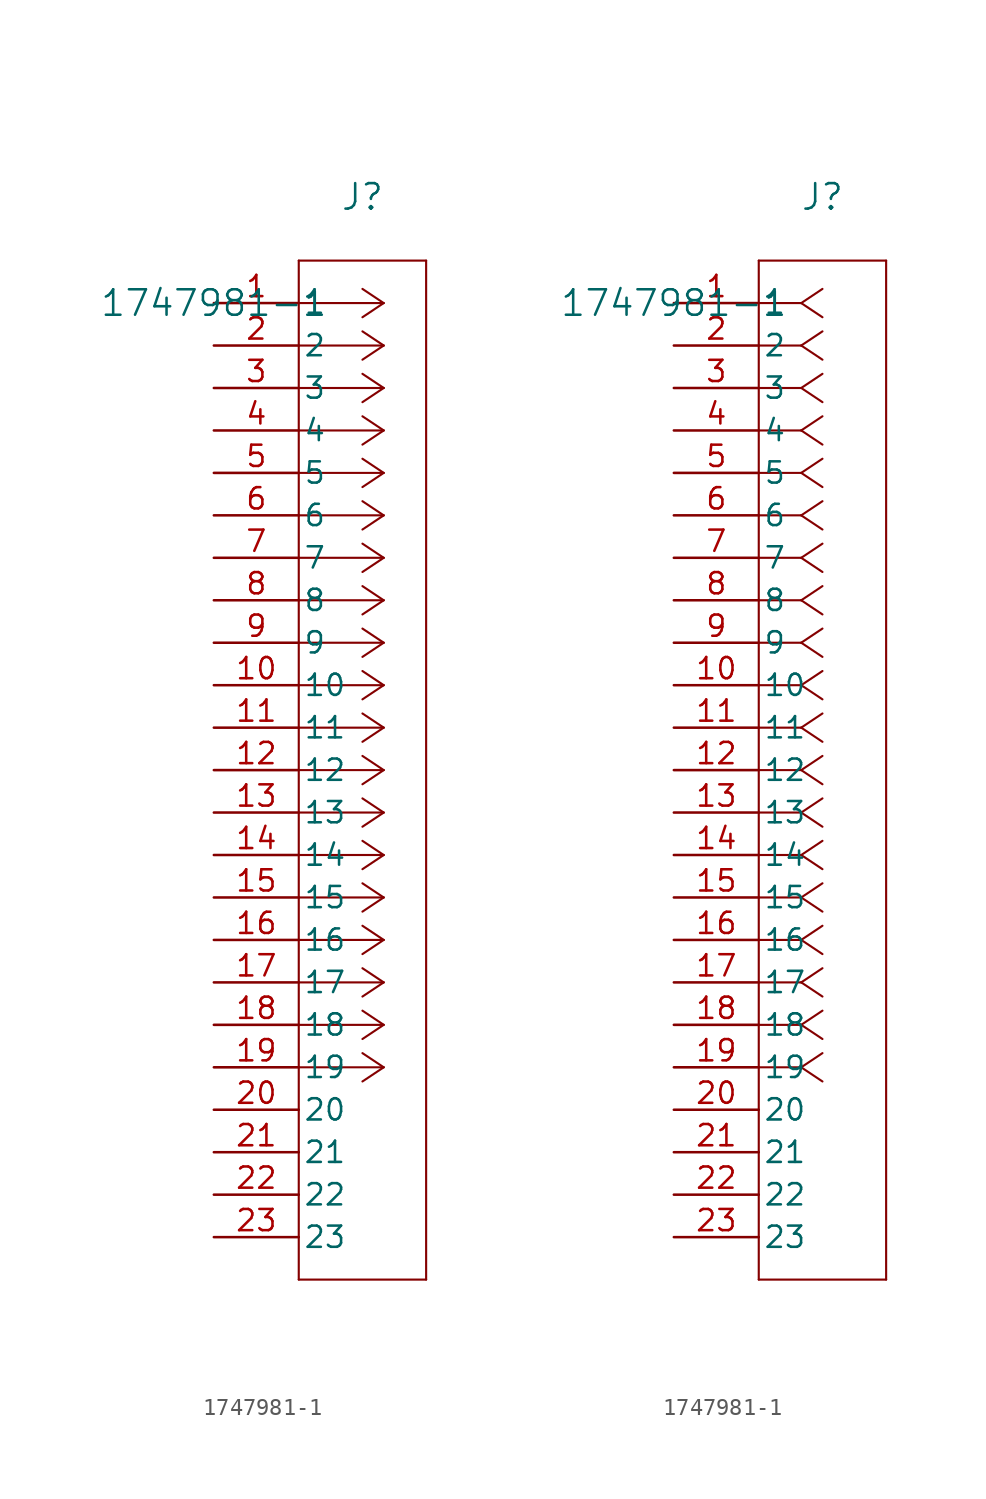
<source format=kicad_sym>
(kicad_symbol_lib
  (version 20211014)
  (generator kicad_symbol_editor)
  (symbol "1747981-1"
    (pin_names
      (offset 0.254))
    (property "Reference" "J"
      (at 8.89 6.35 0)
      (effects (font (size 1.524 1.524))))
    (property "Value" "1747981-1"
      (at 0 0 0)
      (effects (font (size 1.524 1.524))))
    (symbol "1747981-1_1_1"
      (polyline (pts (xy 10.16 0) (xy 5.08 0)) (stroke (width 0.127) (type default) (color 0 0 0 0)) (fill (type none)))
      (polyline (pts (xy 10.16 -2.54) (xy 5.08 -2.54)) (stroke (width 0.127) (type default) (color 0 0 0 0)) (fill (type none)))
      (polyline (pts (xy 10.16 -5.08) (xy 5.08 -5.08)) (stroke (width 0.127) (type default) (color 0 0 0 0)) (fill (type none)))
      (polyline (pts (xy 10.16 -7.62) (xy 5.08 -7.62)) (stroke (width 0.127) (type default) (color 0 0 0 0)) (fill (type none)))
      (polyline (pts (xy 10.16 -10.16) (xy 5.08 -10.16)) (stroke (width 0.127) (type default) (color 0 0 0 0)) (fill (type none)))
      (polyline (pts (xy 10.16 -12.7) (xy 5.08 -12.7)) (stroke (width 0.127) (type default) (color 0 0 0 0)) (fill (type none)))
      (polyline (pts (xy 10.16 -15.24) (xy 5.08 -15.24)) (stroke (width 0.127) (type default) (color 0 0 0 0)) (fill (type none)))
      (polyline (pts (xy 10.16 -17.78) (xy 5.08 -17.78)) (stroke (width 0.127) (type default) (color 0 0 0 0)) (fill (type none)))
      (polyline (pts (xy 10.16 -20.32) (xy 5.08 -20.32)) (stroke (width 0.127) (type default) (color 0 0 0 0)) (fill (type none)))
      (polyline (pts (xy 10.16 -22.86) (xy 5.08 -22.86)) (stroke (width 0.127) (type default) (color 0 0 0 0)) (fill (type none)))
      (polyline (pts (xy 10.16 -25.4) (xy 5.08 -25.4)) (stroke (width 0.127) (type default) (color 0 0 0 0)) (fill (type none)))
      (polyline (pts (xy 10.16 -27.94) (xy 5.08 -27.94)) (stroke (width 0.127) (type default) (color 0 0 0 0)) (fill (type none)))
      (polyline (pts (xy 10.16 -30.48) (xy 5.08 -30.48)) (stroke (width 0.127) (type default) (color 0 0 0 0)) (fill (type none)))
      (polyline (pts (xy 10.16 -33.02) (xy 5.08 -33.02)) (stroke (width 0.127) (type default) (color 0 0 0 0)) (fill (type none)))
      (polyline (pts (xy 10.16 -35.56) (xy 5.08 -35.56)) (stroke (width 0.127) (type default) (color 0 0 0 0)) (fill (type none)))
      (polyline (pts (xy 10.16 -38.1) (xy 5.08 -38.1)) (stroke (width 0.127) (type default) (color 0 0 0 0)) (fill (type none)))
      (polyline (pts (xy 10.16 -40.64) (xy 5.08 -40.64)) (stroke (width 0.127) (type default) (color 0 0 0 0)) (fill (type none)))
      (polyline (pts (xy 10.16 -43.18) (xy 5.08 -43.18)) (stroke (width 0.127) (type default) (color 0 0 0 0)) (fill (type none)))
      (polyline (pts (xy 10.16 -45.72) (xy 5.08 -45.72)) (stroke (width 0.127) (type default) (color 0 0 0 0)) (fill (type none)))
      (polyline (pts (xy 10.16 0) (xy 8.89 0.847)) (stroke (width 0.127) (type default) (color 0 0 0 0)) (fill (type none)))
      (polyline (pts (xy 10.16 -2.54) (xy 8.89 -1.693)) (stroke (width 0.127) (type default) (color 0 0 0 0)) (fill (type none)))
      (polyline (pts (xy 10.16 -5.08) (xy 8.89 -4.233)) (stroke (width 0.127) (type default) (color 0 0 0 0)) (fill (type none)))
      (polyline (pts (xy 10.16 -7.62) (xy 8.89 -6.773)) (stroke (width 0.127) (type default) (color 0 0 0 0)) (fill (type none)))
      (polyline (pts (xy 10.16 -10.16) (xy 8.89 -9.313)) (stroke (width 0.127) (type default) (color 0 0 0 0)) (fill (type none)))
      (polyline (pts (xy 10.16 -12.7) (xy 8.89 -11.853)) (stroke (width 0.127) (type default) (color 0 0 0 0)) (fill (type none)))
      (polyline (pts (xy 10.16 -15.24) (xy 8.89 -14.393)) (stroke (width 0.127) (type default) (color 0 0 0 0)) (fill (type none)))
      (polyline (pts (xy 10.16 -17.78) (xy 8.89 -16.933)) (stroke (width 0.127) (type default) (color 0 0 0 0)) (fill (type none)))
      (polyline (pts (xy 10.16 -20.32) (xy 8.89 -19.473)) (stroke (width 0.127) (type default) (color 0 0 0 0)) (fill (type none)))
      (polyline (pts (xy 10.16 -22.86) (xy 8.89 -22.013)) (stroke (width 0.127) (type default) (color 0 0 0 0)) (fill (type none)))
      (polyline (pts (xy 10.16 -25.4) (xy 8.89 -24.553)) (stroke (width 0.127) (type default) (color 0 0 0 0)) (fill (type none)))
      (polyline (pts (xy 10.16 -27.94) (xy 8.89 -27.093)) (stroke (width 0.127) (type default) (color 0 0 0 0)) (fill (type none)))
      (polyline (pts (xy 10.16 -30.48) (xy 8.89 -29.633)) (stroke (width 0.127) (type default) (color 0 0 0 0)) (fill (type none)))
      (polyline (pts (xy 10.16 -33.02) (xy 8.89 -32.173)) (stroke (width 0.127) (type default) (color 0 0 0 0)) (fill (type none)))
      (polyline (pts (xy 10.16 -35.56) (xy 8.89 -34.713)) (stroke (width 0.127) (type default) (color 0 0 0 0)) (fill (type none)))
      (polyline (pts (xy 10.16 -38.1) (xy 8.89 -37.253)) (stroke (width 0.127) (type default) (color 0 0 0 0)) (fill (type none)))
      (polyline (pts (xy 10.16 -40.64) (xy 8.89 -39.793)) (stroke (width 0.127) (type default) (color 0 0 0 0)) (fill (type none)))
      (polyline (pts (xy 10.16 -43.18) (xy 8.89 -42.333)) (stroke (width 0.127) (type default) (color 0 0 0 0)) (fill (type none)))
      (polyline (pts (xy 10.16 -45.72) (xy 8.89 -44.873)) (stroke (width 0.127) (type default) (color 0 0 0 0)) (fill (type none)))
      (polyline (pts (xy 10.16 0) (xy 8.89 -0.847)) (stroke (width 0.127) (type default) (color 0 0 0 0)) (fill (type none)))
      (polyline (pts (xy 10.16 -2.54) (xy 8.89 -3.387)) (stroke (width 0.127) (type default) (color 0 0 0 0)) (fill (type none)))
      (polyline (pts (xy 10.16 -5.08) (xy 8.89 -5.927)) (stroke (width 0.127) (type default) (color 0 0 0 0)) (fill (type none)))
      (polyline (pts (xy 10.16 -7.62) (xy 8.89 -8.467)) (stroke (width 0.127) (type default) (color 0 0 0 0)) (fill (type none)))
      (polyline (pts (xy 10.16 -10.16) (xy 8.89 -11.007)) (stroke (width 0.127) (type default) (color 0 0 0 0)) (fill (type none)))
      (polyline (pts (xy 10.16 -12.7) (xy 8.89 -13.547)) (stroke (width 0.127) (type default) (color 0 0 0 0)) (fill (type none)))
      (polyline (pts (xy 10.16 -15.24) (xy 8.89 -16.087)) (stroke (width 0.127) (type default) (color 0 0 0 0)) (fill (type none)))
      (polyline (pts (xy 10.16 -17.78) (xy 8.89 -18.627)) (stroke (width 0.127) (type default) (color 0 0 0 0)) (fill (type none)))
      (polyline (pts (xy 10.16 -20.32) (xy 8.89 -21.167)) (stroke (width 0.127) (type default) (color 0 0 0 0)) (fill (type none)))
      (polyline (pts (xy 10.16 -22.86) (xy 8.89 -23.707)) (stroke (width 0.127) (type default) (color 0 0 0 0)) (fill (type none)))
      (polyline (pts (xy 10.16 -25.4) (xy 8.89 -26.247)) (stroke (width 0.127) (type default) (color 0 0 0 0)) (fill (type none)))
      (polyline (pts (xy 10.16 -27.94) (xy 8.89 -28.787)) (stroke (width 0.127) (type default) (color 0 0 0 0)) (fill (type none)))
      (polyline (pts (xy 10.16 -30.48) (xy 8.89 -31.327)) (stroke (width 0.127) (type default) (color 0 0 0 0)) (fill (type none)))
      (polyline (pts (xy 10.16 -33.02) (xy 8.89 -33.867)) (stroke (width 0.127) (type default) (color 0 0 0 0)) (fill (type none)))
      (polyline (pts (xy 10.16 -35.56) (xy 8.89 -36.407)) (stroke (width 0.127) (type default) (color 0 0 0 0)) (fill (type none)))
      (polyline (pts (xy 10.16 -38.1) (xy 8.89 -38.947)) (stroke (width 0.127) (type default) (color 0 0 0 0)) (fill (type none)))
      (polyline (pts (xy 10.16 -40.64) (xy 8.89 -41.487)) (stroke (width 0.127) (type default) (color 0 0 0 0)) (fill (type none)))
      (polyline (pts (xy 10.16 -43.18) (xy 8.89 -44.027)) (stroke (width 0.127) (type default) (color 0 0 0 0)) (fill (type none)))
      (polyline (pts (xy 10.16 -45.72) (xy 8.89 -46.567)) (stroke (width 0.127) (type default) (color 0 0 0 0)) (fill (type none)))
      (polyline (pts (xy 5.08 2.54) (xy 5.08 -58.42)) (stroke (width 0.127) (type default) (color 0 0 0 0)) (fill (type none)))
      (polyline (pts (xy 5.08 -58.42) (xy 12.7 -58.42)) (stroke (width 0.127) (type default) (color 0 0 0 0)) (fill (type none)))
      (polyline (pts (xy 12.7 -58.42) (xy 12.7 2.54)) (stroke (width 0.127) (type default) (color 0 0 0 0)) (fill (type none)))
      (polyline (pts (xy 12.7 2.54) (xy 5.08 2.54)) (stroke (width 0.127) (type default) (color 0 0 0 0)) (fill (type none)))
      (pin unspecified line (at 0 0 0) (length 5.08) (name "1" (effects (font (size 1.27 1.27)))) (number "1" (effects (font (size 1.27 1.27)))))
      (pin unspecified line (at 0 -2.54 0) (length 5.08) (name "2" (effects (font (size 1.27 1.27)))) (number "2" (effects (font (size 1.27 1.27)))))
      (pin unspecified line (at 0 -5.08 0) (length 5.08) (name "3" (effects (font (size 1.27 1.27)))) (number "3" (effects (font (size 1.27 1.27)))))
      (pin unspecified line (at 0 -7.62 0) (length 5.08) (name "4" (effects (font (size 1.27 1.27)))) (number "4" (effects (font (size 1.27 1.27)))))
      (pin unspecified line (at 0 -10.16 0) (length 5.08) (name "5" (effects (font (size 1.27 1.27)))) (number "5" (effects (font (size 1.27 1.27)))))
      (pin unspecified line (at 0 -12.7 0) (length 5.08) (name "6" (effects (font (size 1.27 1.27)))) (number "6" (effects (font (size 1.27 1.27)))))
      (pin unspecified line (at 0 -15.24 0) (length 5.08) (name "7" (effects (font (size 1.27 1.27)))) (number "7" (effects (font (size 1.27 1.27)))))
      (pin unspecified line (at 0 -17.78 0) (length 5.08) (name "8" (effects (font (size 1.27 1.27)))) (number "8" (effects (font (size 1.27 1.27)))))
      (pin unspecified line (at 0 -20.32 0) (length 5.08) (name "9" (effects (font (size 1.27 1.27)))) (number "9" (effects (font (size 1.27 1.27)))))
      (pin unspecified line (at 0 -22.86 0) (length 5.08) (name "10" (effects (font (size 1.27 1.27)))) (number "10" (effects (font (size 1.27 1.27)))))
      (pin unspecified line (at 0 -25.4 0) (length 5.08) (name "11" (effects (font (size 1.27 1.27)))) (number "11" (effects (font (size 1.27 1.27)))))
      (pin unspecified line (at 0 -27.94 0) (length 5.08) (name "12" (effects (font (size 1.27 1.27)))) (number "12" (effects (font (size 1.27 1.27)))))
      (pin unspecified line (at 0 -30.48 0) (length 5.08) (name "13" (effects (font (size 1.27 1.27)))) (number "13" (effects (font (size 1.27 1.27)))))
      (pin unspecified line (at 0 -33.02 0) (length 5.08) (name "14" (effects (font (size 1.27 1.27)))) (number "14" (effects (font (size 1.27 1.27)))))
      (pin unspecified line (at 0 -35.56 0) (length 5.08) (name "15" (effects (font (size 1.27 1.27)))) (number "15" (effects (font (size 1.27 1.27)))))
      (pin unspecified line (at 0 -38.1 0) (length 5.08) (name "16" (effects (font (size 1.27 1.27)))) (number "16" (effects (font (size 1.27 1.27)))))
      (pin unspecified line (at 0 -40.64 0) (length 5.08) (name "17" (effects (font (size 1.27 1.27)))) (number "17" (effects (font (size 1.27 1.27)))))
      (pin unspecified line (at 0 -43.18 0) (length 5.08) (name "18" (effects (font (size 1.27 1.27)))) (number "18" (effects (font (size 1.27 1.27)))))
      (pin unspecified line (at 0 -45.72 0) (length 5.08) (name "19" (effects (font (size 1.27 1.27)))) (number "19" (effects (font (size 1.27 1.27)))))
      (pin unspecified line (at 0 -48.26 0) (length 5.08) (name "20" (effects (font (size 1.27 1.27)))) (number "20" (effects (font (size 1.27 1.27)))))
      (pin unspecified line (at 0 -50.8 0) (length 5.08) (name "21" (effects (font (size 1.27 1.27)))) (number "21" (effects (font (size 1.27 1.27)))))
      (pin unspecified line (at 0 -53.34 0) (length 5.08) (name "22" (effects (font (size 1.27 1.27)))) (number "22" (effects (font (size 1.27 1.27)))))
      (pin unspecified line (at 0 -55.88 0) (length 5.08) (name "23" (effects (font (size 1.27 1.27)))) (number "23" (effects (font (size 1.27 1.27))))))
    (symbol "1747981-1_1_2"
      (polyline (pts (xy 7.62 0) (xy 5.08 0)) (stroke (width 0.127) (type default) (color 0 0 0 0)) (fill (type none)))
      (polyline (pts (xy 7.62 -2.54) (xy 5.08 -2.54)) (stroke (width 0.127) (type default) (color 0 0 0 0)) (fill (type none)))
      (polyline (pts (xy 7.62 -5.08) (xy 5.08 -5.08)) (stroke (width 0.127) (type default) (color 0 0 0 0)) (fill (type none)))
      (polyline (pts (xy 7.62 -7.62) (xy 5.08 -7.62)) (stroke (width 0.127) (type default) (color 0 0 0 0)) (fill (type none)))
      (polyline (pts (xy 7.62 -10.16) (xy 5.08 -10.16)) (stroke (width 0.127) (type default) (color 0 0 0 0)) (fill (type none)))
      (polyline (pts (xy 7.62 -12.7) (xy 5.08 -12.7)) (stroke (width 0.127) (type default) (color 0 0 0 0)) (fill (type none)))
      (polyline (pts (xy 7.62 -15.24) (xy 5.08 -15.24)) (stroke (width 0.127) (type default) (color 0 0 0 0)) (fill (type none)))
      (polyline (pts (xy 7.62 -17.78) (xy 5.08 -17.78)) (stroke (width 0.127) (type default) (color 0 0 0 0)) (fill (type none)))
      (polyline (pts (xy 7.62 -20.32) (xy 5.08 -20.32)) (stroke (width 0.127) (type default) (color 0 0 0 0)) (fill (type none)))
      (polyline (pts (xy 7.62 -22.86) (xy 5.08 -22.86)) (stroke (width 0.127) (type default) (color 0 0 0 0)) (fill (type none)))
      (polyline (pts (xy 7.62 -25.4) (xy 5.08 -25.4)) (stroke (width 0.127) (type default) (color 0 0 0 0)) (fill (type none)))
      (polyline (pts (xy 7.62 -27.94) (xy 5.08 -27.94)) (stroke (width 0.127) (type default) (color 0 0 0 0)) (fill (type none)))
      (polyline (pts (xy 7.62 -30.48) (xy 5.08 -30.48)) (stroke (width 0.127) (type default) (color 0 0 0 0)) (fill (type none)))
      (polyline (pts (xy 7.62 -33.02) (xy 5.08 -33.02)) (stroke (width 0.127) (type default) (color 0 0 0 0)) (fill (type none)))
      (polyline (pts (xy 7.62 -35.56) (xy 5.08 -35.56)) (stroke (width 0.127) (type default) (color 0 0 0 0)) (fill (type none)))
      (polyline (pts (xy 7.62 -38.1) (xy 5.08 -38.1)) (stroke (width 0.127) (type default) (color 0 0 0 0)) (fill (type none)))
      (polyline (pts (xy 7.62 -40.64) (xy 5.08 -40.64)) (stroke (width 0.127) (type default) (color 0 0 0 0)) (fill (type none)))
      (polyline (pts (xy 7.62 -43.18) (xy 5.08 -43.18)) (stroke (width 0.127) (type default) (color 0 0 0 0)) (fill (type none)))
      (polyline (pts (xy 7.62 -45.72) (xy 5.08 -45.72)) (stroke (width 0.127) (type default) (color 0 0 0 0)) (fill (type none)))
      (polyline (pts (xy 7.62 0) (xy 8.89 0.847)) (stroke (width 0.127) (type default) (color 0 0 0 0)) (fill (type none)))
      (polyline (pts (xy 7.62 -2.54) (xy 8.89 -1.693)) (stroke (width 0.127) (type default) (color 0 0 0 0)) (fill (type none)))
      (polyline (pts (xy 7.62 -5.08) (xy 8.89 -4.233)) (stroke (width 0.127) (type default) (color 0 0 0 0)) (fill (type none)))
      (polyline (pts (xy 7.62 -7.62) (xy 8.89 -6.773)) (stroke (width 0.127) (type default) (color 0 0 0 0)) (fill (type none)))
      (polyline (pts (xy 7.62 -10.16) (xy 8.89 -9.313)) (stroke (width 0.127) (type default) (color 0 0 0 0)) (fill (type none)))
      (polyline (pts (xy 7.62 -12.7) (xy 8.89 -11.853)) (stroke (width 0.127) (type default) (color 0 0 0 0)) (fill (type none)))
      (polyline (pts (xy 7.62 -15.24) (xy 8.89 -14.393)) (stroke (width 0.127) (type default) (color 0 0 0 0)) (fill (type none)))
      (polyline (pts (xy 7.62 -17.78) (xy 8.89 -16.933)) (stroke (width 0.127) (type default) (color 0 0 0 0)) (fill (type none)))
      (polyline (pts (xy 7.62 -20.32) (xy 8.89 -19.473)) (stroke (width 0.127) (type default) (color 0 0 0 0)) (fill (type none)))
      (polyline (pts (xy 7.62 -22.86) (xy 8.89 -22.013)) (stroke (width 0.127) (type default) (color 0 0 0 0)) (fill (type none)))
      (polyline (pts (xy 7.62 -25.4) (xy 8.89 -24.553)) (stroke (width 0.127) (type default) (color 0 0 0 0)) (fill (type none)))
      (polyline (pts (xy 7.62 -27.94) (xy 8.89 -27.093)) (stroke (width 0.127) (type default) (color 0 0 0 0)) (fill (type none)))
      (polyline (pts (xy 7.62 -30.48) (xy 8.89 -29.633)) (stroke (width 0.127) (type default) (color 0 0 0 0)) (fill (type none)))
      (polyline (pts (xy 7.62 -33.02) (xy 8.89 -32.173)) (stroke (width 0.127) (type default) (color 0 0 0 0)) (fill (type none)))
      (polyline (pts (xy 7.62 -35.56) (xy 8.89 -34.713)) (stroke (width 0.127) (type default) (color 0 0 0 0)) (fill (type none)))
      (polyline (pts (xy 7.62 -38.1) (xy 8.89 -37.253)) (stroke (width 0.127) (type default) (color 0 0 0 0)) (fill (type none)))
      (polyline (pts (xy 7.62 -40.64) (xy 8.89 -39.793)) (stroke (width 0.127) (type default) (color 0 0 0 0)) (fill (type none)))
      (polyline (pts (xy 7.62 -43.18) (xy 8.89 -42.333)) (stroke (width 0.127) (type default) (color 0 0 0 0)) (fill (type none)))
      (polyline (pts (xy 7.62 -45.72) (xy 8.89 -44.873)) (stroke (width 0.127) (type default) (color 0 0 0 0)) (fill (type none)))
      (polyline (pts (xy 7.62 0) (xy 8.89 -0.847)) (stroke (width 0.127) (type default) (color 0 0 0 0)) (fill (type none)))
      (polyline (pts (xy 7.62 -2.54) (xy 8.89 -3.387)) (stroke (width 0.127) (type default) (color 0 0 0 0)) (fill (type none)))
      (polyline (pts (xy 7.62 -5.08) (xy 8.89 -5.927)) (stroke (width 0.127) (type default) (color 0 0 0 0)) (fill (type none)))
      (polyline (pts (xy 7.62 -7.62) (xy 8.89 -8.467)) (stroke (width 0.127) (type default) (color 0 0 0 0)) (fill (type none)))
      (polyline (pts (xy 7.62 -10.16) (xy 8.89 -11.007)) (stroke (width 0.127) (type default) (color 0 0 0 0)) (fill (type none)))
      (polyline (pts (xy 7.62 -12.7) (xy 8.89 -13.547)) (stroke (width 0.127) (type default) (color 0 0 0 0)) (fill (type none)))
      (polyline (pts (xy 7.62 -15.24) (xy 8.89 -16.087)) (stroke (width 0.127) (type default) (color 0 0 0 0)) (fill (type none)))
      (polyline (pts (xy 7.62 -17.78) (xy 8.89 -18.627)) (stroke (width 0.127) (type default) (color 0 0 0 0)) (fill (type none)))
      (polyline (pts (xy 7.62 -20.32) (xy 8.89 -21.167)) (stroke (width 0.127) (type default) (color 0 0 0 0)) (fill (type none)))
      (polyline (pts (xy 7.62 -22.86) (xy 8.89 -23.707)) (stroke (width 0.127) (type default) (color 0 0 0 0)) (fill (type none)))
      (polyline (pts (xy 7.62 -25.4) (xy 8.89 -26.247)) (stroke (width 0.127) (type default) (color 0 0 0 0)) (fill (type none)))
      (polyline (pts (xy 7.62 -27.94) (xy 8.89 -28.787)) (stroke (width 0.127) (type default) (color 0 0 0 0)) (fill (type none)))
      (polyline (pts (xy 7.62 -30.48) (xy 8.89 -31.327)) (stroke (width 0.127) (type default) (color 0 0 0 0)) (fill (type none)))
      (polyline (pts (xy 7.62 -33.02) (xy 8.89 -33.867)) (stroke (width 0.127) (type default) (color 0 0 0 0)) (fill (type none)))
      (polyline (pts (xy 7.62 -35.56) (xy 8.89 -36.407)) (stroke (width 0.127) (type default) (color 0 0 0 0)) (fill (type none)))
      (polyline (pts (xy 7.62 -38.1) (xy 8.89 -38.947)) (stroke (width 0.127) (type default) (color 0 0 0 0)) (fill (type none)))
      (polyline (pts (xy 7.62 -40.64) (xy 8.89 -41.487)) (stroke (width 0.127) (type default) (color 0 0 0 0)) (fill (type none)))
      (polyline (pts (xy 7.62 -43.18) (xy 8.89 -44.027)) (stroke (width 0.127) (type default) (color 0 0 0 0)) (fill (type none)))
      (polyline (pts (xy 7.62 -45.72) (xy 8.89 -46.567)) (stroke (width 0.127) (type default) (color 0 0 0 0)) (fill (type none)))
      (polyline (pts (xy 5.08 2.54) (xy 5.08 -58.42)) (stroke (width 0.127) (type default) (color 0 0 0 0)) (fill (type none)))
      (polyline (pts (xy 5.08 -58.42) (xy 12.7 -58.42)) (stroke (width 0.127) (type default) (color 0 0 0 0)) (fill (type none)))
      (polyline (pts (xy 12.7 -58.42) (xy 12.7 2.54)) (stroke (width 0.127) (type default) (color 0 0 0 0)) (fill (type none)))
      (polyline (pts (xy 12.7 2.54) (xy 5.08 2.54)) (stroke (width 0.127) (type default) (color 0 0 0 0)) (fill (type none)))
      (pin unspecified line (at 0 0 0) (length 5.08) (name "1" (effects (font (size 1.27 1.27)))) (number "1" (effects (font (size 1.27 1.27)))))
      (pin unspecified line (at 0 -2.54 0) (length 5.08) (name "2" (effects (font (size 1.27 1.27)))) (number "2" (effects (font (size 1.27 1.27)))))
      (pin unspecified line (at 0 -5.08 0) (length 5.08) (name "3" (effects (font (size 1.27 1.27)))) (number "3" (effects (font (size 1.27 1.27)))))
      (pin unspecified line (at 0 -7.62 0) (length 5.08) (name "4" (effects (font (size 1.27 1.27)))) (number "4" (effects (font (size 1.27 1.27)))))
      (pin unspecified line (at 0 -10.16 0) (length 5.08) (name "5" (effects (font (size 1.27 1.27)))) (number "5" (effects (font (size 1.27 1.27)))))
      (pin unspecified line (at 0 -12.7 0) (length 5.08) (name "6" (effects (font (size 1.27 1.27)))) (number "6" (effects (font (size 1.27 1.27)))))
      (pin unspecified line (at 0 -15.24 0) (length 5.08) (name "7" (effects (font (size 1.27 1.27)))) (number "7" (effects (font (size 1.27 1.27)))))
      (pin unspecified line (at 0 -17.78 0) (length 5.08) (name "8" (effects (font (size 1.27 1.27)))) (number "8" (effects (font (size 1.27 1.27)))))
      (pin unspecified line (at 0 -20.32 0) (length 5.08) (name "9" (effects (font (size 1.27 1.27)))) (number "9" (effects (font (size 1.27 1.27)))))
      (pin unspecified line (at 0 -22.86 0) (length 5.08) (name "10" (effects (font (size 1.27 1.27)))) (number "10" (effects (font (size 1.27 1.27)))))
      (pin unspecified line (at 0 -25.4 0) (length 5.08) (name "11" (effects (font (size 1.27 1.27)))) (number "11" (effects (font (size 1.27 1.27)))))
      (pin unspecified line (at 0 -27.94 0) (length 5.08) (name "12" (effects (font (size 1.27 1.27)))) (number "12" (effects (font (size 1.27 1.27)))))
      (pin unspecified line (at 0 -30.48 0) (length 5.08) (name "13" (effects (font (size 1.27 1.27)))) (number "13" (effects (font (size 1.27 1.27)))))
      (pin unspecified line (at 0 -33.02 0) (length 5.08) (name "14" (effects (font (size 1.27 1.27)))) (number "14" (effects (font (size 1.27 1.27)))))
      (pin unspecified line (at 0 -35.56 0) (length 5.08) (name "15" (effects (font (size 1.27 1.27)))) (number "15" (effects (font (size 1.27 1.27)))))
      (pin unspecified line (at 0 -38.1 0) (length 5.08) (name "16" (effects (font (size 1.27 1.27)))) (number "16" (effects (font (size 1.27 1.27)))))
      (pin unspecified line (at 0 -40.64 0) (length 5.08) (name "17" (effects (font (size 1.27 1.27)))) (number "17" (effects (font (size 1.27 1.27)))))
      (pin unspecified line (at 0 -43.18 0) (length 5.08) (name "18" (effects (font (size 1.27 1.27)))) (number "18" (effects (font (size 1.27 1.27)))))
      (pin unspecified line (at 0 -45.72 0) (length 5.08) (name "19" (effects (font (size 1.27 1.27)))) (number "19" (effects (font (size 1.27 1.27)))))
      (pin unspecified line (at 0 -48.26 0) (length 5.08) (name "20" (effects (font (size 1.27 1.27)))) (number "20" (effects (font (size 1.27 1.27)))))
      (pin unspecified line (at 0 -50.8 0) (length 5.08) (name "21" (effects (font (size 1.27 1.27)))) (number "21" (effects (font (size 1.27 1.27)))))
      (pin unspecified line (at 0 -53.34 0) (length 5.08) (name "22" (effects (font (size 1.27 1.27)))) (number "22" (effects (font (size 1.27 1.27)))))
      (pin unspecified line (at 0 -55.88 0) (length 5.08) (name "23" (effects (font (size 1.27 1.27)))) (number "23" (effects (font (size 1.27 1.27))))))))
</source>
